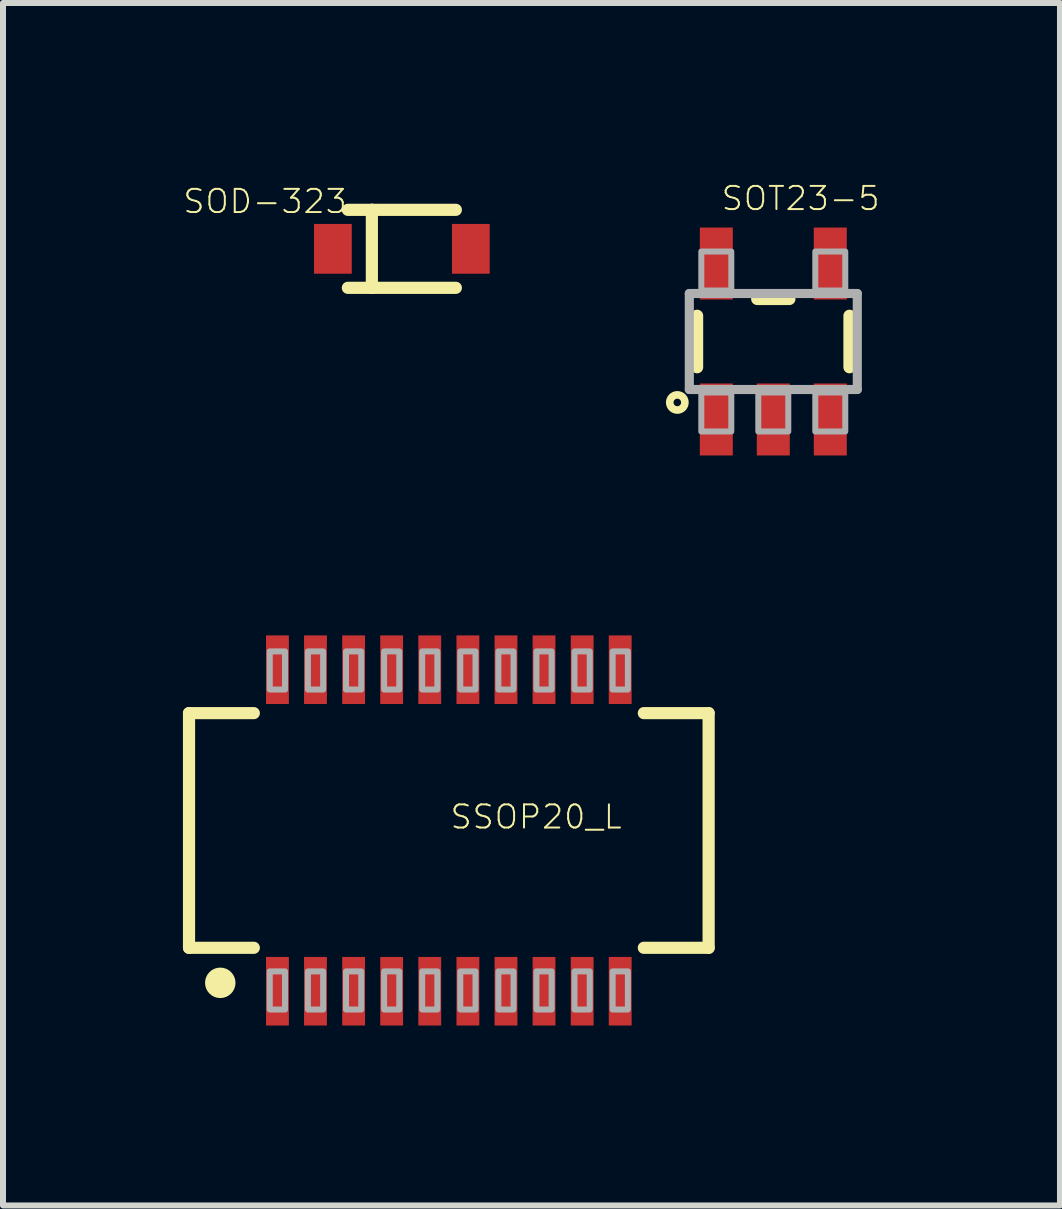
<source format=kicad_pcb>
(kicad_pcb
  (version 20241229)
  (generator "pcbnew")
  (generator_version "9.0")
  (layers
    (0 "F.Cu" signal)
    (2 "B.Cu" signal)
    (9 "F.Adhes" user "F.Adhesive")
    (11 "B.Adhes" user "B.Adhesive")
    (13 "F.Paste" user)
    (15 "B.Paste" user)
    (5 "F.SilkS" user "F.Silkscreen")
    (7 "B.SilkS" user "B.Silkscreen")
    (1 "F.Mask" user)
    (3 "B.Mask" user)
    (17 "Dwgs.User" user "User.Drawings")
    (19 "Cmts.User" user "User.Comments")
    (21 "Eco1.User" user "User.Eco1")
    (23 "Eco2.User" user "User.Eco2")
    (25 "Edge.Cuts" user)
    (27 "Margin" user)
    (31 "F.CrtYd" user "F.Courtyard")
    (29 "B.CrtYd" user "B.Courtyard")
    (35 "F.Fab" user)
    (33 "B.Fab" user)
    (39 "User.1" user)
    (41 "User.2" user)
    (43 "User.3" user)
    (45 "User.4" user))
  (footprint "SSOP20_L"
    (layer "F.Cu")
    (at 4.432 10.794)
    (property "Reference" "SSOP20_L" (at 0 0 0) (layer "F.SilkS") (effects (font (size 0.386 0.386) (thickness 0.033)) (justify left bottom)))
    (attr through_hole)
    (fp_line (start -4.331 -1.956) (end -4.331 1.956) (stroke (width 0.203) (type solid)) (layer "F.SilkS"))
    (fp_line (start -4.331 -1.956) (end -3.251 -1.956) (stroke (width 0.203) (type solid)) (layer "F.SilkS"))
    (fp_line (start -4.331 1.956) (end -3.251 1.956) (stroke (width 0.203) (type solid)) (layer "F.SilkS"))
    (fp_line (start 3.251 -1.956) (end 4.331 -1.956) (stroke (width 0.203) (type solid)) (layer "F.SilkS"))
    (fp_line (start 3.251 1.956) (end 4.331 1.956) (stroke (width 0.203) (type solid)) (layer "F.SilkS"))
    (fp_line (start 4.331 1.956) (end 4.331 -1.956) (stroke (width 0.203) (type solid)) (layer "F.SilkS"))
    (fp_circle (center -3.81 2.54) (end -3.683 2.54) (stroke (width 0.254) (type solid)) (fill no) (layer "F.SilkS"))
    (fp_poly (pts (xy -2.985 2.985) (xy -2.731 2.985) (xy -2.731 2.349) (xy -2.985 2.349)) (stroke (width 0.1) (type solid)) (fill no) (layer "F.Fab"))
    (fp_poly (pts (xy -2.731 -2.985) (xy -2.985 -2.985) (xy -2.985 -2.349) (xy -2.731 -2.349)) (stroke (width 0.1) (type solid)) (fill no) (layer "F.Fab"))
    (fp_poly (pts (xy -2.349 2.985) (xy -2.095 2.985) (xy -2.095 2.349) (xy -2.349 2.349)) (stroke (width 0.1) (type solid)) (fill no) (layer "F.Fab"))
    (fp_poly (pts (xy -2.095 -2.985) (xy -2.349 -2.985) (xy -2.349 -2.349) (xy -2.095 -2.349)) (stroke (width 0.1) (type solid)) (fill no) (layer "F.Fab"))
    (fp_poly (pts (xy -1.714 2.985) (xy -1.46 2.985) (xy -1.46 2.349) (xy -1.714 2.349)) (stroke (width 0.1) (type solid)) (fill no) (layer "F.Fab"))
    (fp_poly (pts (xy -1.46 -2.985) (xy -1.714 -2.985) (xy -1.714 -2.349) (xy -1.46 -2.349)) (stroke (width 0.1) (type solid)) (fill no) (layer "F.Fab"))
    (fp_poly (pts (xy -1.079 2.985) (xy -0.826 2.985) (xy -0.826 2.349) (xy -1.079 2.349)) (stroke (width 0.1) (type solid)) (fill no) (layer "F.Fab"))
    (fp_poly (pts (xy -0.826 -2.985) (xy -1.079 -2.985) (xy -1.079 -2.349) (xy -0.826 -2.349)) (stroke (width 0.1) (type solid)) (fill no) (layer "F.Fab"))
    (fp_poly (pts (xy -0.445 2.985) (xy -0.191 2.985) (xy -0.191 2.349) (xy -0.445 2.349)) (stroke (width 0.1) (type solid)) (fill no) (layer "F.Fab"))
    (fp_poly (pts (xy -0.191 -2.985) (xy -0.445 -2.985) (xy -0.445 -2.349) (xy -0.191 -2.349)) (stroke (width 0.1) (type solid)) (fill no) (layer "F.Fab"))
    (fp_poly (pts (xy 0.191 2.985) (xy 0.445 2.985) (xy 0.445 2.349) (xy 0.191 2.349)) (stroke (width 0.1) (type solid)) (fill no) (layer "F.Fab"))
    (fp_poly (pts (xy 0.445 -2.985) (xy 0.191 -2.985) (xy 0.191 -2.349) (xy 0.445 -2.349)) (stroke (width 0.1) (type solid)) (fill no) (layer "F.Fab"))
    (fp_poly (pts (xy 0.826 2.985) (xy 1.079 2.985) (xy 1.079 2.349) (xy 0.826 2.349)) (stroke (width 0.1) (type solid)) (fill no) (layer "F.Fab"))
    (fp_poly (pts (xy 1.079 -2.985) (xy 0.826 -2.985) (xy 0.826 -2.349) (xy 1.079 -2.349)) (stroke (width 0.1) (type solid)) (fill no) (layer "F.Fab"))
    (fp_poly (pts (xy 1.46 2.985) (xy 1.714 2.985) (xy 1.714 2.349) (xy 1.46 2.349)) (stroke (width 0.1) (type solid)) (fill no) (layer "F.Fab"))
    (fp_poly (pts (xy 1.714 -2.985) (xy 1.46 -2.985) (xy 1.46 -2.349) (xy 1.714 -2.349)) (stroke (width 0.1) (type solid)) (fill no) (layer "F.Fab"))
    (fp_poly (pts (xy 2.095 2.985) (xy 2.349 2.985) (xy 2.349 2.349) (xy 2.095 2.349)) (stroke (width 0.1) (type solid)) (fill no) (layer "F.Fab"))
    (fp_poly (pts (xy 2.349 -2.985) (xy 2.095 -2.985) (xy 2.095 -2.349) (xy 2.349 -2.349)) (stroke (width 0.1) (type solid)) (fill no) (layer "F.Fab"))
    (fp_poly (pts (xy 2.731 2.985) (xy 2.985 2.985) (xy 2.985 2.349) (xy 2.731 2.349)) (stroke (width 0.1) (type solid)) (fill no) (layer "F.Fab"))
    (fp_poly (pts (xy 2.985 -2.985) (xy 2.731 -2.985) (xy 2.731 -2.349) (xy 2.985 -2.349)) (stroke (width 0.1) (type solid)) (fill no) (layer "F.Fab"))
    (pad "1" smd rect (at -2.857 2.68 180) (size 0.381 1.143) (layers "F.Cu" "F.Mask" "F.Paste"))
    (pad "2" smd rect (at -2.223 2.68 180) (size 0.381 1.143) (layers "F.Cu" "F.Mask" "F.Paste"))
    (pad "3" smd rect (at -1.587 2.68 180) (size 0.381 1.143) (layers "F.Cu" "F.Mask" "F.Paste"))
    (pad "4" smd rect (at -0.953 2.68 180) (size 0.381 1.143) (layers "F.Cu" "F.Mask" "F.Paste"))
    (pad "5" smd rect (at -0.318 2.68 180) (size 0.381 1.143) (layers "F.Cu" "F.Mask" "F.Paste"))
    (pad "6" smd rect (at 0.318 2.68 180) (size 0.381 1.143) (layers "F.Cu" "F.Mask" "F.Paste"))
    (pad "7" smd rect (at 0.953 2.68 180) (size 0.381 1.143) (layers "F.Cu" "F.Mask" "F.Paste"))
    (pad "8" smd rect (at 1.587 2.68 180) (size 0.381 1.143) (layers "F.Cu" "F.Mask" "F.Paste"))
    (pad "9" smd rect (at 2.223 2.68 180) (size 0.381 1.143) (layers "F.Cu" "F.Mask" "F.Paste"))
    (pad "10" smd rect (at 2.857 2.68 180) (size 0.381 1.143) (layers "F.Cu" "F.Mask" "F.Paste"))
    (pad "11" smd rect (at 2.857 -2.68) (size 0.381 1.143) (layers "F.Cu" "F.Mask" "F.Paste"))
    (pad "12" smd rect (at 2.223 -2.68) (size 0.381 1.143) (layers "F.Cu" "F.Mask" "F.Paste"))
    (pad "13" smd rect (at 1.587 -2.68) (size 0.381 1.143) (layers "F.Cu" "F.Mask" "F.Paste"))
    (pad "14" smd rect (at 0.953 -2.68) (size 0.381 1.143) (layers "F.Cu" "F.Mask" "F.Paste"))
    (pad "15" smd rect (at 0.318 -2.68) (size 0.381 1.143) (layers "F.Cu" "F.Mask" "F.Paste"))
    (pad "16" smd rect (at -0.318 -2.68) (size 0.381 1.143) (layers "F.Cu" "F.Mask" "F.Paste"))
    (pad "17" smd rect (at -0.953 -2.68) (size 0.381 1.143) (layers "F.Cu" "F.Mask" "F.Paste"))
    (pad "18" smd rect (at -1.587 -2.68) (size 0.381 1.143) (layers "F.Cu" "F.Mask" "F.Paste"))
    (pad "19" smd rect (at -2.223 -2.68) (size 0.381 1.143) (layers "F.Cu" "F.Mask" "F.Paste"))
    (pad "20" smd rect (at -2.857 -2.68) (size 0.381 1.143) (layers "F.Cu" "F.Mask" "F.Paste")))
  (footprint "SOD-323"
    (layer "F.Cu")
    (at 3.649 1.098)
    (property "Reference" "SOD-323" (at -0.889 -1.016 0) (layer "F.SilkS") (effects (font (size 0.386 0.386) (thickness 0.033)) (justify right top)))
    (attr through_hole)
    (fp_line (start -0.9 -0.65) (end -0.5 -0.65) (stroke (width 0.203) (type solid)) (layer "F.SilkS"))
    (fp_line (start -0.9 0.65) (end -0.5 0.65) (stroke (width 0.203) (type solid)) (layer "F.SilkS"))
    (fp_line (start -0.5 -0.65) (end -0.5 0.65) (stroke (width 0.203) (type solid)) (layer "F.SilkS"))
    (fp_line (start -0.5 -0.65) (end 0.9 -0.65) (stroke (width 0.203) (type solid)) (layer "F.SilkS"))
    (fp_line (start -0.5 0.65) (end 0.9 0.65) (stroke (width 0.203) (type solid)) (layer "F.SilkS"))
    (pad "A" smd rect (at 1.15 0) (size 0.63 0.83) (layers "F.Cu" "F.Mask" "F.Paste"))
    (pad "C" smd rect (at -1.15 0) (size 0.63 0.83) (layers "F.Cu" "F.Mask" "F.Paste")))
  (footprint "SOT23-5"
    (layer "F.Cu")
    (at 9.841 2.643)
    (property "Reference" "SOT23-5" (at -0.889 -2.159 0) (layer "F.SilkS") (effects (font (size 0.386 0.386) (thickness 0.033)) (justify left bottom)))
    (attr through_hole)
    (fp_line (start -1.27 0.429) (end -1.27 -0.429) (stroke (width 0.203) (type solid)) (layer "F.SilkS"))
    (fp_line (start -0.268 -0.709) (end 0.268 -0.709) (stroke (width 0.203) (type solid)) (layer "F.SilkS"))
    (fp_line (start 1.27 -0.429) (end 1.27 0.429) (stroke (width 0.203) (type solid)) (layer "F.SilkS"))
    (fp_circle (center -1.6 1.016) (end -1.537 1.016) (stroke (width 0.127) (type solid)) (fill no) (layer "F.SilkS"))
    (fp_line (start -1.4 -0.8) (end -1.4 0.8) (stroke (width 0.152) (type solid)) (layer "F.Fab"))
    (fp_line (start -1.4 -0.8) (end 1.4 -0.8) (stroke (width 0.152) (type solid)) (layer "F.Fab"))
    (fp_line (start 1.4 -0.8) (end 1.4 0.8) (stroke (width 0.152) (type solid)) (layer "F.Fab"))
    (fp_line (start 1.4 0.8) (end -1.4 0.8) (stroke (width 0.152) (type solid)) (layer "F.Fab"))
    (fp_poly (pts (xy -1.2 -0.85) (xy -0.7 -0.85) (xy -0.7 -1.5) (xy -1.2 -1.5)) (stroke (width 0.1) (type solid)) (fill no) (layer "F.Fab"))
    (fp_poly (pts (xy -1.2 1.5) (xy -0.7 1.5) (xy -0.7 0.85) (xy -1.2 0.85)) (stroke (width 0.1) (type solid)) (fill no) (layer "F.Fab"))
    (fp_poly (pts (xy -0.25 1.5) (xy 0.25 1.5) (xy 0.25 0.85) (xy -0.25 0.85)) (stroke (width 0.1) (type solid)) (fill no) (layer "F.Fab"))
    (fp_poly (pts (xy 0.7 -0.85) (xy 1.2 -0.85) (xy 1.2 -1.5) (xy 0.7 -1.5)) (stroke (width 0.1) (type solid)) (fill no) (layer "F.Fab"))
    (fp_poly (pts (xy 0.7 1.5) (xy 1.2 1.5) (xy 1.2 0.85) (xy 0.7 0.85)) (stroke (width 0.1) (type solid)) (fill no) (layer "F.Fab"))
    (pad "1" smd rect (at -0.95 1.3) (size 0.55 1.2) (layers "F.Cu" "F.Mask" "F.Paste"))
    (pad "2" smd rect (at 0 1.3) (size 0.55 1.2) (layers "F.Cu" "F.Mask" "F.Paste"))
    (pad "3" smd rect (at 0.95 1.3) (size 0.55 1.2) (layers "F.Cu" "F.Mask" "F.Paste"))
    (pad "4" smd rect (at 0.95 -1.3) (size 0.55 1.2) (layers "F.Cu" "F.Mask" "F.Paste"))
    (pad "5" smd rect (at -0.95 -1.3) (size 0.55 1.2) (layers "F.Cu" "F.Mask" "F.Paste")))
  (gr_rect
    (start -3 -3)
    (end 14.62 17.045)
    (stroke (width 0.1) (type default))
    (fill no)
    (layer "Edge.Cuts")))
</source>
